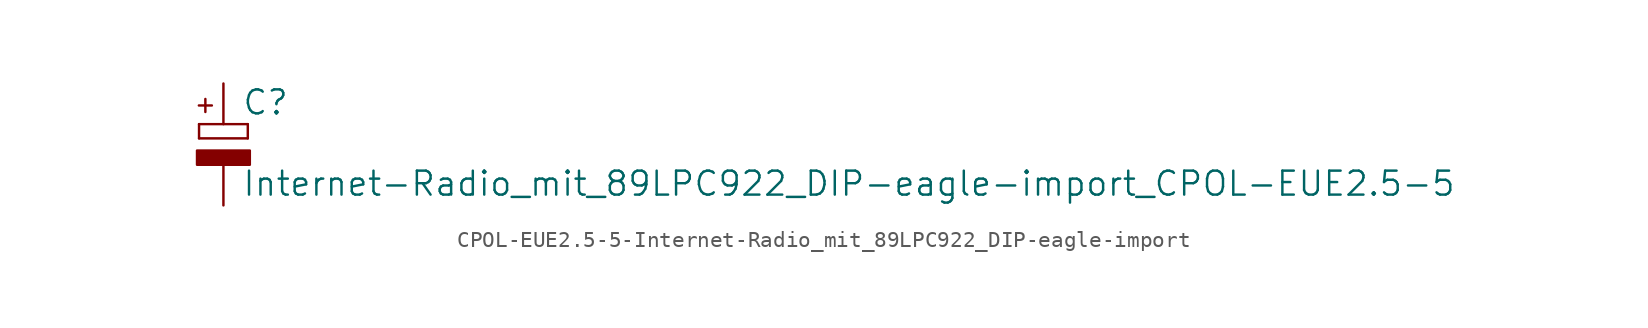
<source format=kicad_sym>
(kicad_symbol_lib
  (version 20220914)
  (generator kicad_symbol_editor)
  (symbol "CPOL-EUE2.5-5-Internet-Radio_mit_89LPC922_DIP-eagle-import"
    (pin_names
      (offset 1.016))
    (property "Reference" "C"
      (at 1.143 0.483 0)
      (effects (font (size 1.499 1.499)) (justify left bottom)))
    (property "Value" "Internet-Radio_mit_89LPC922_DIP-eagle-import_CPOL-EUE2.5-5"
      (at 1.143 -4.597 0)
      (effects (font (size 1.499 1.499)) (justify left bottom)))
    (property "ki_locked" ""
      (at 0 0 0)
      (effects (font (size 1.27 1.27))))
    (symbol "CPOL-EUE2.5-5-Internet-Radio_mit_89LPC922_DIP-eagle-import_1_0"
      (rectangle (start -1.651 -2.54) (end 1.651 -1.651) (stroke (width 0) (type solid)) (fill (type outline)))
      (polyline (pts (xy -1.524 -0.889) (xy 1.524 -0.889)) (stroke (width 0) (type solid)) (fill (type none)))
      (polyline (pts (xy -1.524 0) (xy -1.524 -0.889)) (stroke (width 0) (type solid)) (fill (type none)))
      (polyline (pts (xy -1.524 0) (xy 1.524 0)) (stroke (width 0) (type solid)) (fill (type none)))
      (polyline (pts (xy 1.524 -0.889) (xy 1.524 0)) (stroke (width 0) (type solid)) (fill (type none)))
      (text "+" (at -0.584 0.406 900) (effects (font (size 1.067 1.067)) (justify left bottom)))
      (pin passive line (at 0 2.54 270) (length 2.54) (name "+" (effects (font (size 0 0)))) (number "+" (effects (font (size 0 0)))))
      (pin passive line (at 0 -5.08 90) (length 2.54) (name "-" (effects (font (size 0 0)))) (number "-" (effects (font (size 0 0))))))))
</source>
